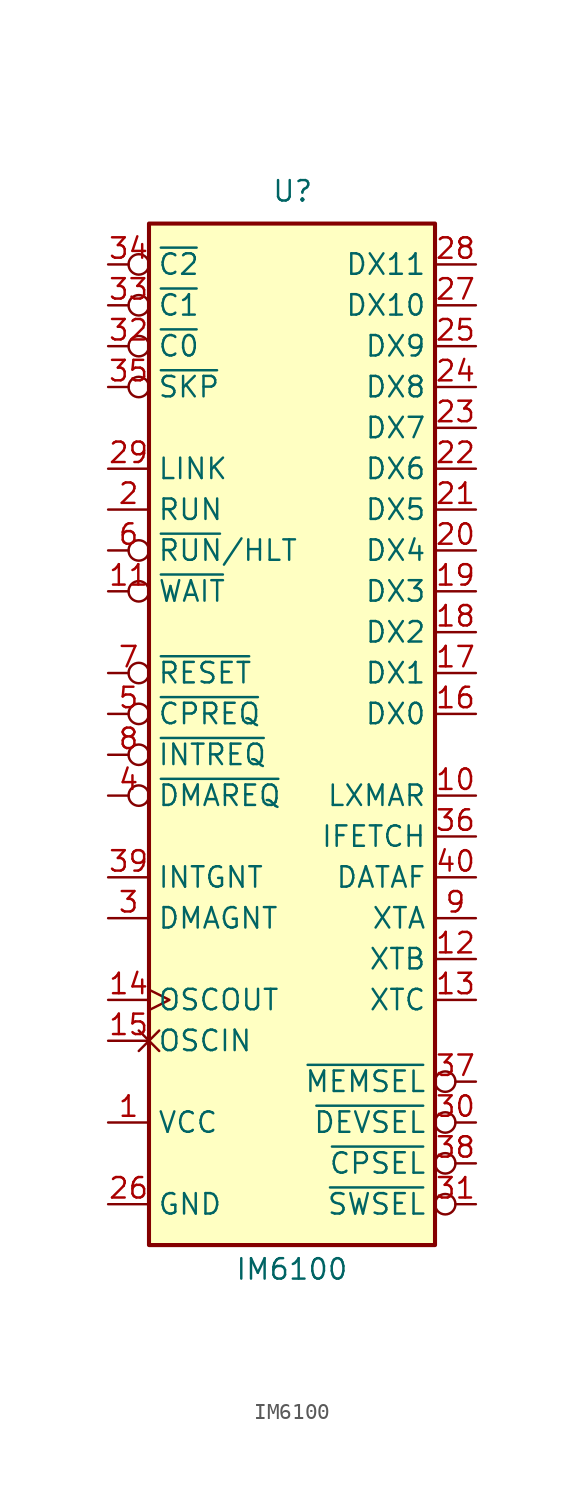
<source format=kicad_sym>
(kicad_symbol_lib
  (version 20231120)
  (generator "kicad_symbol_editor")
  (generator_version "8.0")
  (symbol "IM6100"
    (property "Reference" "U"
      (at -1.27 31.75 0)
      (effects (font (size 1.27 1.27)) (justify left bottom)))
    (property "Value" "IM6100"
      (at -3.556 -33.782 0)
      (effects (font (size 1.27 1.27)) (justify left top)))
    (symbol "IM6100_0_1"
      (rectangle (start -8.89 30.48) (end 8.89 -33.02) (stroke (width 0.254) (type default)) (fill (type background))))
    (symbol "IM6100_1_1"
      (pin power_in line (at -11.43 -25.4 0) (length 2.54) (name "VCC" (effects (font (size 1.27 1.27)))) (number "1" (effects (font (size 1.27 1.27)))))
      (pin output line (at 11.43 -5.08 180) (length 2.54) (name "LXMAR" (effects (font (size 1.27 1.27)))) (number "10" (effects (font (size 1.27 1.27)))))
      (pin input inverted (at -11.43 7.62 0) (length 2.54) (name "~{WAIT}" (effects (font (size 1.27 1.27)))) (number "11" (effects (font (size 1.27 1.27)))))
      (pin output line (at 11.43 -15.24 180) (length 2.54) (name "XTB" (effects (font (size 1.27 1.27)))) (number "12" (effects (font (size 1.27 1.27)))))
      (pin output line (at 11.43 -17.78 180) (length 2.54) (name "XTC" (effects (font (size 1.27 1.27)))) (number "13" (effects (font (size 1.27 1.27)))))
      (pin input clock (at -11.43 -17.78 0) (length 2.54) (name "OSCOUT" (effects (font (size 1.27 1.27)))) (number "14" (effects (font (size 1.27 1.27)))))
      (pin passive non_logic (at -11.43 -20.32 0) (length 2.54) (name "OSCIN" (effects (font (size 1.27 1.27)))) (number "15" (effects (font (size 1.27 1.27)))))
      (pin bidirectional line (at 11.43 0 180) (length 2.54) (name "DX0" (effects (font (size 1.27 1.27)))) (number "16" (effects (font (size 1.27 1.27)))))
      (pin bidirectional line (at 11.43 2.54 180) (length 2.54) (name "DX1" (effects (font (size 1.27 1.27)))) (number "17" (effects (font (size 1.27 1.27)))))
      (pin bidirectional line (at 11.43 5.08 180) (length 2.54) (name "DX2" (effects (font (size 1.27 1.27)))) (number "18" (effects (font (size 1.27 1.27)))))
      (pin bidirectional line (at 11.43 7.62 180) (length 2.54) (name "DX3" (effects (font (size 1.27 1.27)))) (number "19" (effects (font (size 1.27 1.27)))))
      (pin output line (at -11.43 12.7 0) (length 2.54) (name "RUN" (effects (font (size 1.27 1.27)))) (number "2" (effects (font (size 1.27 1.27)))))
      (pin bidirectional line (at 11.43 10.16 180) (length 2.54) (name "DX4" (effects (font (size 1.27 1.27)))) (number "20" (effects (font (size 1.27 1.27)))))
      (pin bidirectional line (at 11.43 12.7 180) (length 2.54) (name "DX5" (effects (font (size 1.27 1.27)))) (number "21" (effects (font (size 1.27 1.27)))))
      (pin bidirectional line (at 11.43 15.24 180) (length 2.54) (name "DX6" (effects (font (size 1.27 1.27)))) (number "22" (effects (font (size 1.27 1.27)))))
      (pin bidirectional line (at 11.43 17.78 180) (length 2.54) (name "DX7" (effects (font (size 1.27 1.27)))) (number "23" (effects (font (size 1.27 1.27)))))
      (pin bidirectional line (at 11.43 20.32 180) (length 2.54) (name "DX8" (effects (font (size 1.27 1.27)))) (number "24" (effects (font (size 1.27 1.27)))))
      (pin bidirectional line (at 11.43 22.86 180) (length 2.54) (name "DX9" (effects (font (size 1.27 1.27)))) (number "25" (effects (font (size 1.27 1.27)))))
      (pin power_in line (at -11.43 -30.48 0) (length 2.54) (name "GND" (effects (font (size 1.27 1.27)))) (number "26" (effects (font (size 1.27 1.27)))))
      (pin bidirectional line (at 11.43 25.4 180) (length 2.54) (name "DX10" (effects (font (size 1.27 1.27)))) (number "27" (effects (font (size 1.27 1.27)))))
      (pin bidirectional line (at 11.43 27.94 180) (length 2.54) (name "DX11" (effects (font (size 1.27 1.27)))) (number "28" (effects (font (size 1.27 1.27)))))
      (pin output line (at -11.43 15.24 0) (length 2.54) (name "LINK" (effects (font (size 1.27 1.27)))) (number "29" (effects (font (size 1.27 1.27)))))
      (pin output line (at -11.43 -12.7 0) (length 2.54) (name "DMAGNT" (effects (font (size 1.27 1.27)))) (number "3" (effects (font (size 1.27 1.27)))))
      (pin output inverted (at 11.43 -25.4 180) (length 2.54) (name "~{DEVSEL}" (effects (font (size 1.27 1.27)))) (number "30" (effects (font (size 1.27 1.27)))))
      (pin output inverted (at 11.43 -30.48 180) (length 2.54) (name "~{SWSEL}" (effects (font (size 1.27 1.27)))) (number "31" (effects (font (size 1.27 1.27)))))
      (pin input inverted (at -11.43 22.86 0) (length 2.54) (name "~{C0}" (effects (font (size 1.27 1.27)))) (number "32" (effects (font (size 1.27 1.27)))))
      (pin input inverted (at -11.43 25.4 0) (length 2.54) (name "~{C1}" (effects (font (size 1.27 1.27)))) (number "33" (effects (font (size 1.27 1.27)))))
      (pin input inverted (at -11.43 27.94 0) (length 2.54) (name "~{C2}" (effects (font (size 1.27 1.27)))) (number "34" (effects (font (size 1.27 1.27)))))
      (pin input inverted (at -11.43 20.32 0) (length 2.54) (name "~{SKP}" (effects (font (size 1.27 1.27)))) (number "35" (effects (font (size 1.27 1.27)))))
      (pin output line (at 11.43 -7.62 180) (length 2.54) (name "IFETCH" (effects (font (size 1.27 1.27)))) (number "36" (effects (font (size 1.27 1.27)))))
      (pin output inverted (at 11.43 -22.86 180) (length 2.54) (name "~{MEMSEL}" (effects (font (size 1.27 1.27)))) (number "37" (effects (font (size 1.27 1.27)))))
      (pin output inverted (at 11.43 -27.94 180) (length 2.54) (name "~{CPSEL}" (effects (font (size 1.27 1.27)))) (number "38" (effects (font (size 1.27 1.27)))))
      (pin output line (at -11.43 -10.16 0) (length 2.54) (name "INTGNT" (effects (font (size 1.27 1.27)))) (number "39" (effects (font (size 1.27 1.27)))))
      (pin input inverted (at -11.43 -5.08 0) (length 2.54) (name "~{DMAREQ}" (effects (font (size 1.27 1.27)))) (number "4" (effects (font (size 1.27 1.27)))))
      (pin output line (at 11.43 -10.16 180) (length 2.54) (name "DATAF" (effects (font (size 1.27 1.27)))) (number "40" (effects (font (size 1.27 1.27)))))
      (pin input inverted (at -11.43 0 0) (length 2.54) (name "~{CPREQ}" (effects (font (size 1.27 1.27)))) (number "5" (effects (font (size 1.27 1.27)))))
      (pin input inverted (at -11.43 10.16 0) (length 2.54) (name "~{RUN}/HLT" (effects (font (size 1.27 1.27)))) (number "6" (effects (font (size 1.27 1.27)))))
      (pin input inverted (at -11.43 2.54 0) (length 2.54) (name "~{RESET}" (effects (font (size 1.27 1.27)))) (number "7" (effects (font (size 1.27 1.27)))))
      (pin input inverted (at -11.43 -2.54 0) (length 2.54) (name "~{INTREQ}" (effects (font (size 1.27 1.27)))) (number "8" (effects (font (size 1.27 1.27)))))
      (pin output line (at 11.43 -12.7 180) (length 2.54) (name "XTA" (effects (font (size 1.27 1.27)))) (number "9" (effects (font (size 1.27 1.27))))))))
</source>
